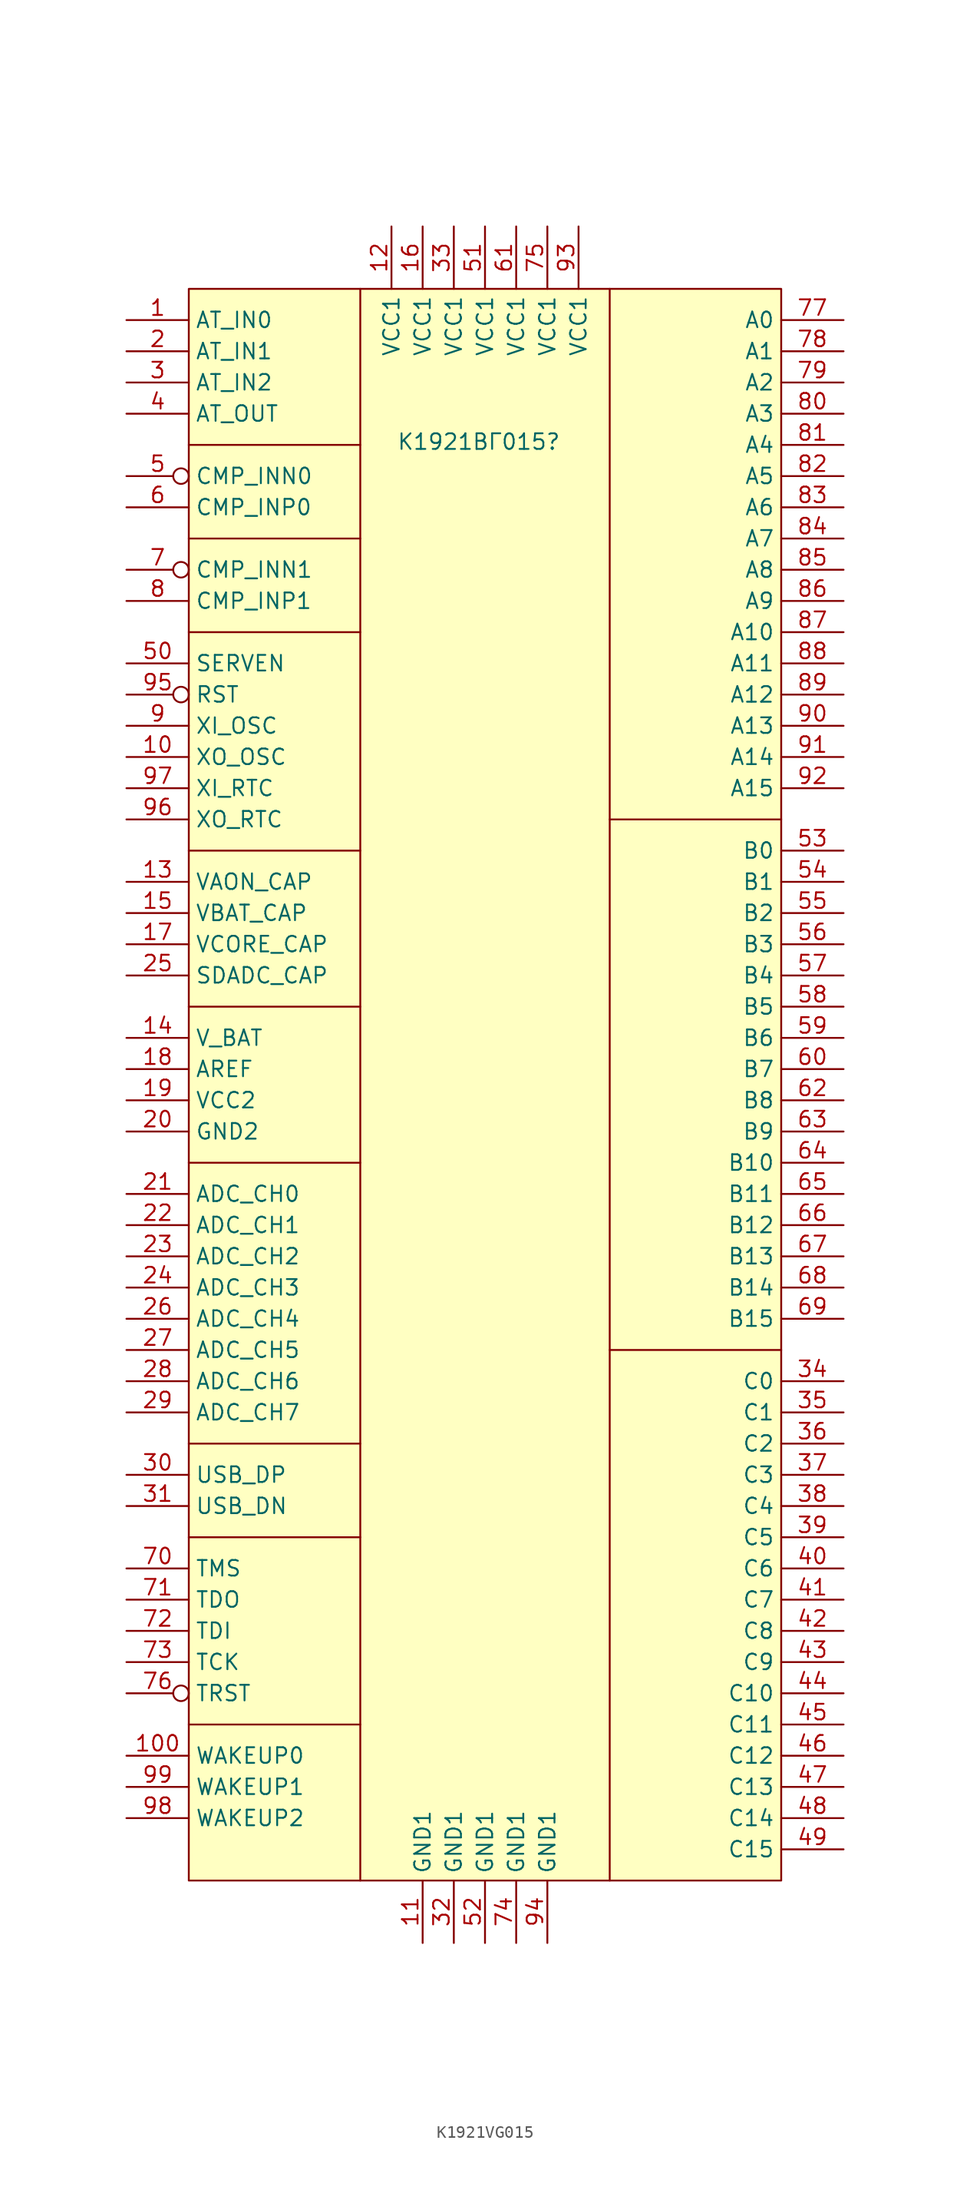
<source format=kicad_sym>
(kicad_symbol_lib
  (version 20241209)
  (generator "kicad_symbol_editor")
  (generator_version "9.0")
  (symbol "K1921VG015"
    (property "Reference" "К1921ВГ015"
      (at -0.508 49.784 0)
      (effects (font (size 1.27 1.27))))
    (property "Value" ""
      (at 0 0 0)
      (effects (font (size 1.27 1.27))))
    (symbol "K1921VG015_0_1"
      (rectangle (start -24.13 62.23) (end 24.13 -67.31) (stroke (width 0) (type default)) (fill (type background)))
      (polyline (pts (xy -24.13 49.53) (xy -10.16 49.53)) (stroke (width 0) (type default)) (fill (type none)))
      (polyline (pts (xy -24.13 41.91) (xy -10.16 41.91)) (stroke (width 0) (type default)) (fill (type none)))
      (polyline (pts (xy -24.13 34.29) (xy -10.16 34.29)) (stroke (width 0) (type default)) (fill (type none)))
      (polyline (pts (xy -24.13 16.51) (xy -10.16 16.51)) (stroke (width 0) (type default)) (fill (type none)))
      (polyline (pts (xy -24.13 3.81) (xy -10.16 3.81)) (stroke (width 0) (type default)) (fill (type none)))
      (polyline (pts (xy -24.13 -8.89) (xy -10.16 -8.89)) (stroke (width 0) (type default)) (fill (type none)))
      (polyline (pts (xy -24.13 -31.75) (xy -10.16 -31.75)) (stroke (width 0) (type default)) (fill (type none)))
      (polyline (pts (xy -24.13 -39.37) (xy -10.16 -39.37)) (stroke (width 0) (type default)) (fill (type none)))
      (polyline (pts (xy -24.13 -54.61) (xy -10.16 -54.61)) (stroke (width 0) (type default)) (fill (type none)))
      (polyline (pts (xy -10.16 62.23) (xy -10.16 -67.31)) (stroke (width 0) (type default)) (fill (type none)))
      (polyline (pts (xy 10.16 62.23) (xy 10.16 -67.31)) (stroke (width 0) (type default)) (fill (type none)))
      (polyline (pts (xy 10.16 19.05) (xy 24.13 19.05)) (stroke (width 0) (type default)) (fill (type none)))
      (polyline (pts (xy 10.16 -24.13) (xy 24.13 -24.13)) (stroke (width 0) (type default)) (fill (type none))))
    (symbol "K1921VG015_1_1"
      (pin bidirectional line (at -29.21 59.69 0) (length 5.08) (name "AT_IN0" (effects (font (size 1.27 1.27)))) (number "1" (effects (font (size 1.27 1.27)))))
      (pin bidirectional line (at -29.21 57.15 0) (length 5.08) (name "AT_IN1" (effects (font (size 1.27 1.27)))) (number "2" (effects (font (size 1.27 1.27)))))
      (pin bidirectional line (at -29.21 54.61 0) (length 5.08) (name "AT_IN2" (effects (font (size 1.27 1.27)))) (number "3" (effects (font (size 1.27 1.27)))))
      (pin bidirectional line (at -29.21 52.07 0) (length 5.08) (name "AT_OUT" (effects (font (size 1.27 1.27)))) (number "4" (effects (font (size 1.27 1.27)))))
      (pin input inverted (at -29.21 46.99 0) (length 5.08) (name "CMP_INN0" (effects (font (size 1.27 1.27)))) (number "5" (effects (font (size 1.27 1.27)))))
      (pin input line (at -29.21 44.45 0) (length 5.08) (name "CMP_INP0" (effects (font (size 1.27 1.27)))) (number "6" (effects (font (size 1.27 1.27)))))
      (pin input inverted (at -29.21 39.37 0) (length 5.08) (name "CMP_INN1" (effects (font (size 1.27 1.27)))) (number "7" (effects (font (size 1.27 1.27)))))
      (pin input line (at -29.21 36.83 0) (length 5.08) (name "CMP_INP1" (effects (font (size 1.27 1.27)))) (number "8" (effects (font (size 1.27 1.27)))))
      (pin input line (at -29.21 31.75 0) (length 5.08) (name "SERVEN" (effects (font (size 1.27 1.27)))) (number "50" (effects (font (size 1.27 1.27)))))
      (pin input inverted (at -29.21 29.21 0) (length 5.08) (name "RST" (effects (font (size 1.27 1.27)))) (number "95" (effects (font (size 1.27 1.27)))))
      (pin input line (at -29.21 26.67 0) (length 5.08) (name "XI_OSC" (effects (font (size 1.27 1.27)))) (number "9" (effects (font (size 1.27 1.27)))))
      (pin input line (at -29.21 24.13 0) (length 5.08) (name "XO_OSC" (effects (font (size 1.27 1.27)))) (number "10" (effects (font (size 1.27 1.27)))))
      (pin input line (at -29.21 21.59 0) (length 5.08) (name "XI_RTC" (effects (font (size 1.27 1.27)))) (number "97" (effects (font (size 1.27 1.27)))))
      (pin input line (at -29.21 19.05 0) (length 5.08) (name "XO_RTC" (effects (font (size 1.27 1.27)))) (number "96" (effects (font (size 1.27 1.27)))))
      (pin input line (at -29.21 13.97 0) (length 5.08) (name "VAON_CAP" (effects (font (size 1.27 1.27)))) (number "13" (effects (font (size 1.27 1.27)))))
      (pin input line (at -29.21 11.43 0) (length 5.08) (name "VBAT_CAP" (effects (font (size 1.27 1.27)))) (number "15" (effects (font (size 1.27 1.27)))))
      (pin input line (at -29.21 8.89 0) (length 5.08) (name "VCORE_CAP" (effects (font (size 1.27 1.27)))) (number "17" (effects (font (size 1.27 1.27)))))
      (pin input line (at -29.21 6.35 0) (length 5.08) (name "SDADC_CAP" (effects (font (size 1.27 1.27)))) (number "25" (effects (font (size 1.27 1.27)))))
      (pin power_in line (at -29.21 1.27 0) (length 5.08) (name "V_BAT" (effects (font (size 1.27 1.27)))) (number "14" (effects (font (size 1.27 1.27)))))
      (pin power_in line (at -29.21 -1.27 0) (length 5.08) (name "AREF" (effects (font (size 1.27 1.27)))) (number "18" (effects (font (size 1.27 1.27)))))
      (pin power_in line (at -29.21 -3.81 0) (length 5.08) (name "VCC2" (effects (font (size 1.27 1.27)))) (number "19" (effects (font (size 1.27 1.27)))))
      (pin power_in line (at -29.21 -6.35 0) (length 5.08) (name "GND2" (effects (font (size 1.27 1.27)))) (number "20" (effects (font (size 1.27 1.27)))))
      (pin input line (at -29.21 -11.43 0) (length 5.08) (name "ADC_CH0" (effects (font (size 1.27 1.27)))) (number "21" (effects (font (size 1.27 1.27)))))
      (pin input line (at -29.21 -13.97 0) (length 5.08) (name "ADC_CH1" (effects (font (size 1.27 1.27)))) (number "22" (effects (font (size 1.27 1.27)))))
      (pin input line (at -29.21 -16.51 0) (length 5.08) (name "ADC_CH2" (effects (font (size 1.27 1.27)))) (number "23" (effects (font (size 1.27 1.27)))))
      (pin input line (at -29.21 -19.05 0) (length 5.08) (name "ADC_CH3" (effects (font (size 1.27 1.27)))) (number "24" (effects (font (size 1.27 1.27)))))
      (pin input line (at -29.21 -21.59 0) (length 5.08) (name "ADC_CH4" (effects (font (size 1.27 1.27)))) (number "26" (effects (font (size 1.27 1.27)))))
      (pin input line (at -29.21 -24.13 0) (length 5.08) (name "ADC_CH5" (effects (font (size 1.27 1.27)))) (number "27" (effects (font (size 1.27 1.27)))))
      (pin input line (at -29.21 -26.67 0) (length 5.08) (name "ADC_CH6" (effects (font (size 1.27 1.27)))) (number "28" (effects (font (size 1.27 1.27)))))
      (pin input line (at -29.21 -29.21 0) (length 5.08) (name "ADC_CH7" (effects (font (size 1.27 1.27)))) (number "29" (effects (font (size 1.27 1.27)))))
      (pin bidirectional line (at -29.21 -34.29 0) (length 5.08) (name "USB_DP" (effects (font (size 1.27 1.27)))) (number "30" (effects (font (size 1.27 1.27)))))
      (pin bidirectional line (at -29.21 -36.83 0) (length 5.08) (name "USB_DN" (effects (font (size 1.27 1.27)))) (number "31" (effects (font (size 1.27 1.27)))))
      (pin input line (at -29.21 -41.91 0) (length 5.08) (name "TMS" (effects (font (size 1.27 1.27)))) (number "70" (effects (font (size 1.27 1.27)))))
      (pin output line (at -29.21 -44.45 0) (length 5.08) (name "TDO" (effects (font (size 1.27 1.27)))) (number "71" (effects (font (size 1.27 1.27)))))
      (pin input line (at -29.21 -46.99 0) (length 5.08) (name "TDI" (effects (font (size 1.27 1.27)))) (number "72" (effects (font (size 1.27 1.27)))))
      (pin input line (at -29.21 -49.53 0) (length 5.08) (name "TCK" (effects (font (size 1.27 1.27)))) (number "73" (effects (font (size 1.27 1.27)))))
      (pin input inverted (at -29.21 -52.07 0) (length 5.08) (name "TRST" (effects (font (size 1.27 1.27)))) (number "76" (effects (font (size 1.27 1.27)))))
      (pin input line (at -29.21 -57.15 0) (length 5.08) (name "WAKEUP0" (effects (font (size 1.27 1.27)))) (number "100" (effects (font (size 1.27 1.27)))))
      (pin input line (at -29.21 -59.69 0) (length 5.08) (name "WAKEUP1" (effects (font (size 1.27 1.27)))) (number "99" (effects (font (size 1.27 1.27)))))
      (pin input line (at -29.21 -62.23 0) (length 5.08) (name "WAKEUP2" (effects (font (size 1.27 1.27)))) (number "98" (effects (font (size 1.27 1.27)))))
      (pin power_in line (at -7.62 67.31 270) (length 5.08) (name "VCC1" (effects (font (size 1.27 1.27)))) (number "12" (effects (font (size 1.27 1.27)))))
      (pin power_in line (at -5.08 67.31 270) (length 5.08) (name "VCC1" (effects (font (size 1.27 1.27)))) (number "16" (effects (font (size 1.27 1.27)))))
      (pin power_in line (at -5.08 -72.39 90) (length 5.08) (name "GND1" (effects (font (size 1.27 1.27)))) (number "11" (effects (font (size 1.27 1.27)))))
      (pin power_in line (at -2.54 67.31 270) (length 5.08) (name "VCC1" (effects (font (size 1.27 1.27)))) (number "33" (effects (font (size 1.27 1.27)))))
      (pin power_in line (at -2.54 -72.39 90) (length 5.08) (name "GND1" (effects (font (size 1.27 1.27)))) (number "32" (effects (font (size 1.27 1.27)))))
      (pin power_in line (at 0 67.31 270) (length 5.08) (name "VCC1" (effects (font (size 1.27 1.27)))) (number "51" (effects (font (size 1.27 1.27)))))
      (pin power_in line (at 0 -72.39 90) (length 5.08) (name "GND1" (effects (font (size 1.27 1.27)))) (number "52" (effects (font (size 1.27 1.27)))))
      (pin power_in line (at 2.54 67.31 270) (length 5.08) (name "VCC1" (effects (font (size 1.27 1.27)))) (number "61" (effects (font (size 1.27 1.27)))))
      (pin power_in line (at 2.54 -72.39 90) (length 5.08) (name "GND1" (effects (font (size 1.27 1.27)))) (number "74" (effects (font (size 1.27 1.27)))))
      (pin power_in line (at 5.08 67.31 270) (length 5.08) (name "VCC1" (effects (font (size 1.27 1.27)))) (number "75" (effects (font (size 1.27 1.27)))))
      (pin power_in line (at 5.08 -72.39 90) (length 5.08) (name "GND1" (effects (font (size 1.27 1.27)))) (number "94" (effects (font (size 1.27 1.27)))))
      (pin power_in line (at 7.62 67.31 270) (length 5.08) (name "VCC1" (effects (font (size 1.27 1.27)))) (number "93" (effects (font (size 1.27 1.27)))))
      (pin bidirectional line (at 29.21 59.69 180) (length 5.08) (name "A0" (effects (font (size 1.27 1.27)))) (number "77" (effects (font (size 1.27 1.27)))))
      (pin bidirectional line (at 29.21 57.15 180) (length 5.08) (name "A1" (effects (font (size 1.27 1.27)))) (number "78" (effects (font (size 1.27 1.27)))))
      (pin bidirectional line (at 29.21 54.61 180) (length 5.08) (name "A2" (effects (font (size 1.27 1.27)))) (number "79" (effects (font (size 1.27 1.27)))))
      (pin bidirectional line (at 29.21 52.07 180) (length 5.08) (name "A3" (effects (font (size 1.27 1.27)))) (number "80" (effects (font (size 1.27 1.27)))))
      (pin bidirectional line (at 29.21 49.53 180) (length 5.08) (name "A4" (effects (font (size 1.27 1.27)))) (number "81" (effects (font (size 1.27 1.27)))))
      (pin bidirectional line (at 29.21 46.99 180) (length 5.08) (name "A5" (effects (font (size 1.27 1.27)))) (number "82" (effects (font (size 1.27 1.27)))))
      (pin bidirectional line (at 29.21 44.45 180) (length 5.08) (name "A6" (effects (font (size 1.27 1.27)))) (number "83" (effects (font (size 1.27 1.27)))))
      (pin bidirectional line (at 29.21 41.91 180) (length 5.08) (name "A7" (effects (font (size 1.27 1.27)))) (number "84" (effects (font (size 1.27 1.27)))))
      (pin bidirectional line (at 29.21 39.37 180) (length 5.08) (name "A8" (effects (font (size 1.27 1.27)))) (number "85" (effects (font (size 1.27 1.27)))))
      (pin bidirectional line (at 29.21 36.83 180) (length 5.08) (name "A9" (effects (font (size 1.27 1.27)))) (number "86" (effects (font (size 1.27 1.27)))))
      (pin bidirectional line (at 29.21 34.29 180) (length 5.08) (name "A10" (effects (font (size 1.27 1.27)))) (number "87" (effects (font (size 1.27 1.27)))))
      (pin bidirectional line (at 29.21 31.75 180) (length 5.08) (name "A11" (effects (font (size 1.27 1.27)))) (number "88" (effects (font (size 1.27 1.27)))))
      (pin bidirectional line (at 29.21 29.21 180) (length 5.08) (name "A12" (effects (font (size 1.27 1.27)))) (number "89" (effects (font (size 1.27 1.27)))))
      (pin bidirectional line (at 29.21 26.67 180) (length 5.08) (name "A13" (effects (font (size 1.27 1.27)))) (number "90" (effects (font (size 1.27 1.27)))))
      (pin bidirectional line (at 29.21 24.13 180) (length 5.08) (name "A14" (effects (font (size 1.27 1.27)))) (number "91" (effects (font (size 1.27 1.27)))))
      (pin bidirectional line (at 29.21 21.59 180) (length 5.08) (name "A15" (effects (font (size 1.27 1.27)))) (number "92" (effects (font (size 1.27 1.27)))))
      (pin bidirectional line (at 29.21 16.51 180) (length 5.08) (name "B0" (effects (font (size 1.27 1.27)))) (number "53" (effects (font (size 1.27 1.27)))))
      (pin bidirectional line (at 29.21 13.97 180) (length 5.08) (name "B1" (effects (font (size 1.27 1.27)))) (number "54" (effects (font (size 1.27 1.27)))))
      (pin bidirectional line (at 29.21 11.43 180) (length 5.08) (name "B2" (effects (font (size 1.27 1.27)))) (number "55" (effects (font (size 1.27 1.27)))))
      (pin bidirectional line (at 29.21 8.89 180) (length 5.08) (name "B3" (effects (font (size 1.27 1.27)))) (number "56" (effects (font (size 1.27 1.27)))))
      (pin bidirectional line (at 29.21 6.35 180) (length 5.08) (name "B4" (effects (font (size 1.27 1.27)))) (number "57" (effects (font (size 1.27 1.27)))))
      (pin bidirectional line (at 29.21 3.81 180) (length 5.08) (name "B5" (effects (font (size 1.27 1.27)))) (number "58" (effects (font (size 1.27 1.27)))))
      (pin bidirectional line (at 29.21 1.27 180) (length 5.08) (name "B6" (effects (font (size 1.27 1.27)))) (number "59" (effects (font (size 1.27 1.27)))))
      (pin bidirectional line (at 29.21 -1.27 180) (length 5.08) (name "B7" (effects (font (size 1.27 1.27)))) (number "60" (effects (font (size 1.27 1.27)))))
      (pin bidirectional line (at 29.21 -3.81 180) (length 5.08) (name "B8" (effects (font (size 1.27 1.27)))) (number "62" (effects (font (size 1.27 1.27)))))
      (pin bidirectional line (at 29.21 -6.35 180) (length 5.08) (name "B9" (effects (font (size 1.27 1.27)))) (number "63" (effects (font (size 1.27 1.27)))))
      (pin bidirectional line (at 29.21 -8.89 180) (length 5.08) (name "B10" (effects (font (size 1.27 1.27)))) (number "64" (effects (font (size 1.27 1.27)))))
      (pin bidirectional line (at 29.21 -11.43 180) (length 5.08) (name "B11" (effects (font (size 1.27 1.27)))) (number "65" (effects (font (size 1.27 1.27)))))
      (pin bidirectional line (at 29.21 -13.97 180) (length 5.08) (name "B12" (effects (font (size 1.27 1.27)))) (number "66" (effects (font (size 1.27 1.27)))))
      (pin bidirectional line (at 29.21 -16.51 180) (length 5.08) (name "B13" (effects (font (size 1.27 1.27)))) (number "67" (effects (font (size 1.27 1.27)))))
      (pin bidirectional line (at 29.21 -19.05 180) (length 5.08) (name "B14" (effects (font (size 1.27 1.27)))) (number "68" (effects (font (size 1.27 1.27)))))
      (pin bidirectional line (at 29.21 -21.59 180) (length 5.08) (name "B15" (effects (font (size 1.27 1.27)))) (number "69" (effects (font (size 1.27 1.27)))))
      (pin bidirectional line (at 29.21 -26.67 180) (length 5.08) (name "C0" (effects (font (size 1.27 1.27)))) (number "34" (effects (font (size 1.27 1.27)))))
      (pin bidirectional line (at 29.21 -29.21 180) (length 5.08) (name "C1" (effects (font (size 1.27 1.27)))) (number "35" (effects (font (size 1.27 1.27)))))
      (pin bidirectional line (at 29.21 -31.75 180) (length 5.08) (name "C2" (effects (font (size 1.27 1.27)))) (number "36" (effects (font (size 1.27 1.27)))))
      (pin bidirectional line (at 29.21 -34.29 180) (length 5.08) (name "C3" (effects (font (size 1.27 1.27)))) (number "37" (effects (font (size 1.27 1.27)))))
      (pin bidirectional line (at 29.21 -36.83 180) (length 5.08) (name "C4" (effects (font (size 1.27 1.27)))) (number "38" (effects (font (size 1.27 1.27)))))
      (pin bidirectional line (at 29.21 -39.37 180) (length 5.08) (name "C5" (effects (font (size 1.27 1.27)))) (number "39" (effects (font (size 1.27 1.27)))))
      (pin bidirectional line (at 29.21 -41.91 180) (length 5.08) (name "C6" (effects (font (size 1.27 1.27)))) (number "40" (effects (font (size 1.27 1.27)))))
      (pin bidirectional line (at 29.21 -44.45 180) (length 5.08) (name "C7" (effects (font (size 1.27 1.27)))) (number "41" (effects (font (size 1.27 1.27)))))
      (pin bidirectional line (at 29.21 -46.99 180) (length 5.08) (name "C8" (effects (font (size 1.27 1.27)))) (number "42" (effects (font (size 1.27 1.27)))))
      (pin bidirectional line (at 29.21 -49.53 180) (length 5.08) (name "C9" (effects (font (size 1.27 1.27)))) (number "43" (effects (font (size 1.27 1.27)))))
      (pin bidirectional line (at 29.21 -52.07 180) (length 5.08) (name "C10" (effects (font (size 1.27 1.27)))) (number "44" (effects (font (size 1.27 1.27)))))
      (pin bidirectional line (at 29.21 -54.61 180) (length 5.08) (name "C11" (effects (font (size 1.27 1.27)))) (number "45" (effects (font (size 1.27 1.27)))))
      (pin bidirectional line (at 29.21 -57.15 180) (length 5.08) (name "C12" (effects (font (size 1.27 1.27)))) (number "46" (effects (font (size 1.27 1.27)))))
      (pin bidirectional line (at 29.21 -59.69 180) (length 5.08) (name "C13" (effects (font (size 1.27 1.27)))) (number "47" (effects (font (size 1.27 1.27)))))
      (pin bidirectional line (at 29.21 -62.23 180) (length 5.08) (name "C14" (effects (font (size 1.27 1.27)))) (number "48" (effects (font (size 1.27 1.27)))))
      (pin bidirectional line (at 29.21 -64.77 180) (length 5.08) (name "C15" (effects (font (size 1.27 1.27)))) (number "49" (effects (font (size 1.27 1.27))))))))
</source>
